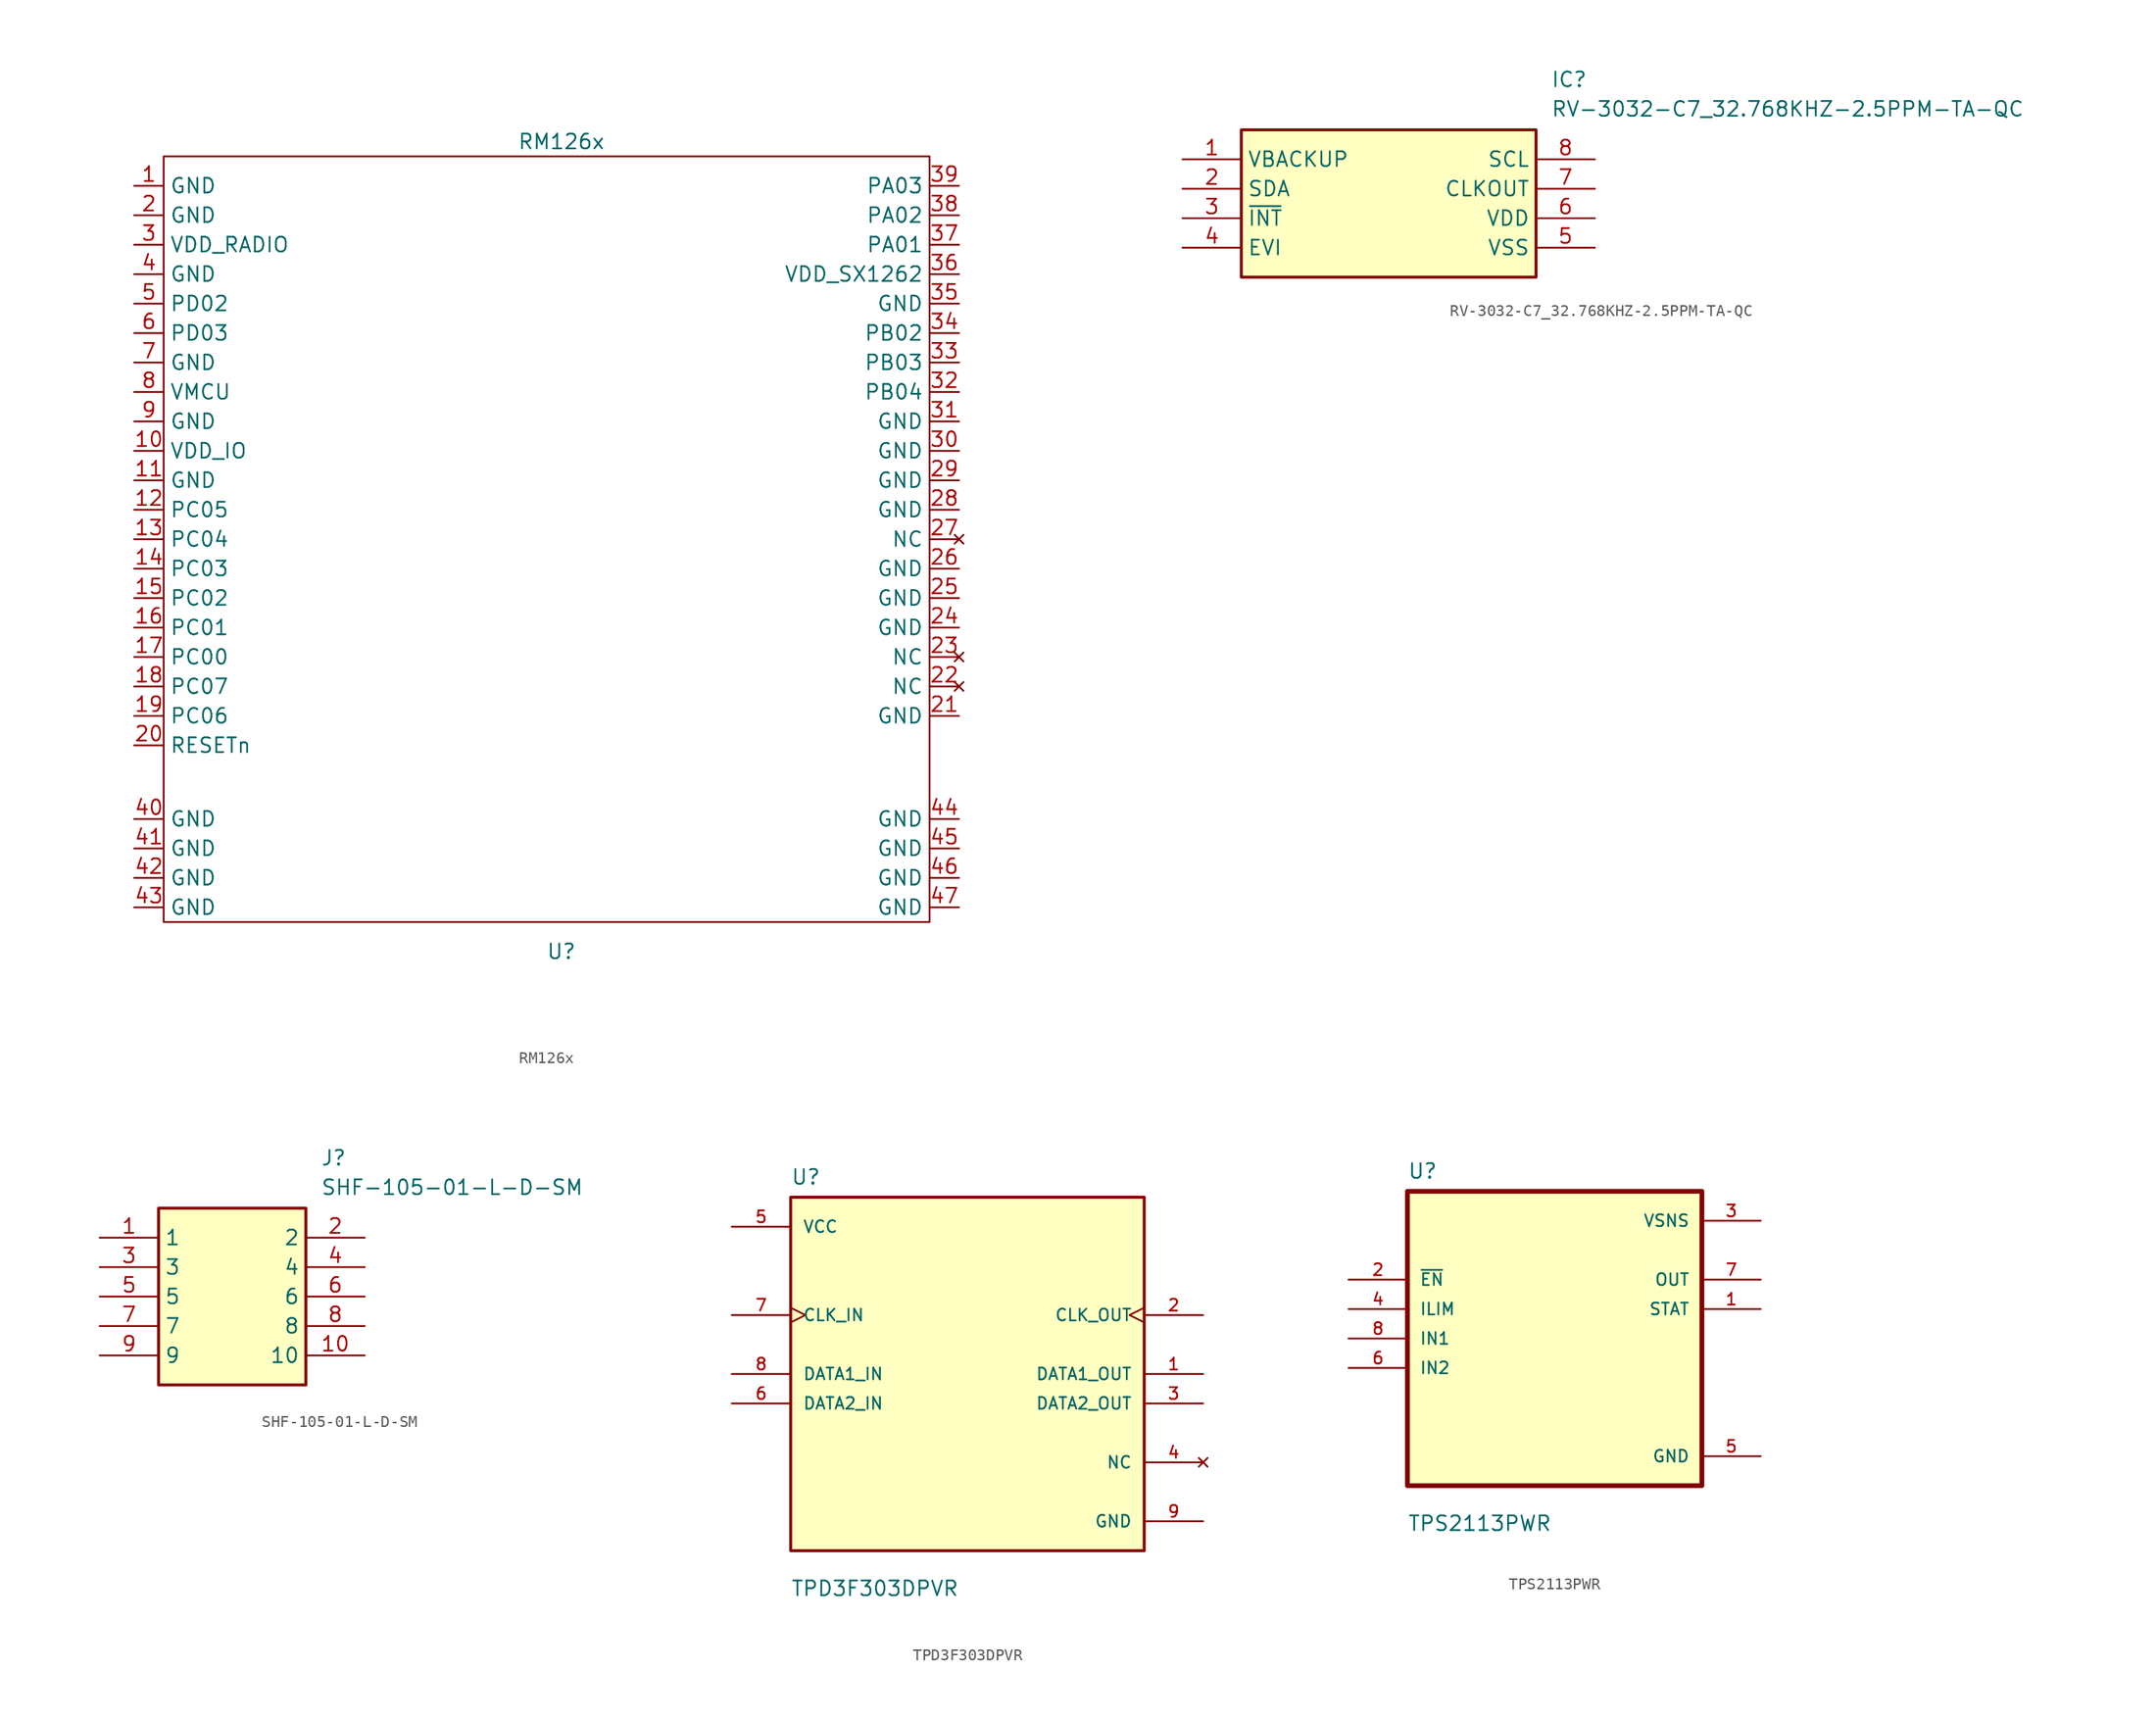
<source format=kicad_sym>
(kicad_symbol_lib
  (version 20220914)
  (generator kicad_symbol_editor)
  (symbol "RM126x"
    (property "Reference" "U"
      (at 0 -30.48 0)
      (effects (font (size 1.27 1.27))))
    (property "Value" "RM126x"
      (at 0 39.37 0)
      (effects (font (size 1.27 1.27))))
    (symbol "RM126x_0_1"
      (rectangle (start -34.29 38.1) (end 31.75 -27.94) (stroke (width 0) (type default)) (fill (type none))))
    (symbol "RM126x_1_0"
      (pin power_in line (at -36.83 10.16 0) (length 2.54) (name "GND" (effects (font (size 1.27 1.27)))) (number "11" (effects (font (size 1.27 1.27)))))
      (pin bidirectional line (at -36.83 7.62 0) (length 2.54) (name "PC05" (effects (font (size 1.27 1.27)))) (number "12" (effects (font (size 1.27 1.27)))))
      (pin bidirectional line (at -36.83 5.08 0) (length 2.54) (name "PC04" (effects (font (size 1.27 1.27)))) (number "13" (effects (font (size 1.27 1.27)))))
      (pin bidirectional line (at -36.83 2.54 0) (length 2.54) (name "PC03" (effects (font (size 1.27 1.27)))) (number "14" (effects (font (size 1.27 1.27)))))
      (pin bidirectional line (at -36.83 0 0) (length 2.54) (name "PC02" (effects (font (size 1.27 1.27)))) (number "15" (effects (font (size 1.27 1.27)))))
      (pin bidirectional line (at -36.83 -2.54 0) (length 2.54) (name "PC01" (effects (font (size 1.27 1.27)))) (number "16" (effects (font (size 1.27 1.27)))))
      (pin bidirectional line (at -36.83 -5.08 0) (length 2.54) (name "PC00" (effects (font (size 1.27 1.27)))) (number "17" (effects (font (size 1.27 1.27)))))
      (pin bidirectional line (at -36.83 -7.62 0) (length 2.54) (name "PC07" (effects (font (size 1.27 1.27)))) (number "18" (effects (font (size 1.27 1.27)))))
      (pin bidirectional line (at -36.83 -10.16 0) (length 2.54) (name "PC06" (effects (font (size 1.27 1.27)))) (number "19" (effects (font (size 1.27 1.27)))))
      (pin input line (at -36.83 -12.7 0) (length 2.54) (name "RESETn" (effects (font (size 1.27 1.27)))) (number "20" (effects (font (size 1.27 1.27)))))
      (pin power_in line (at 34.29 -10.16 180) (length 2.54) (name "GND" (effects (font (size 1.27 1.27)))) (number "21" (effects (font (size 1.27 1.27)))))
      (pin no_connect line (at 34.29 -7.62 180) (length 2.54) (name "NC" (effects (font (size 1.27 1.27)))) (number "22" (effects (font (size 1.27 1.27)))))
      (pin no_connect line (at 34.29 -5.08 180) (length 2.54) (name "NC" (effects (font (size 1.27 1.27)))) (number "23" (effects (font (size 1.27 1.27)))))
      (pin power_in line (at 34.29 -2.54 180) (length 2.54) (name "GND" (effects (font (size 1.27 1.27)))) (number "24" (effects (font (size 1.27 1.27)))))
      (pin power_in line (at 34.29 0 180) (length 2.54) (name "GND" (effects (font (size 1.27 1.27)))) (number "25" (effects (font (size 1.27 1.27)))))
      (pin power_in line (at 34.29 2.54 180) (length 2.54) (name "GND" (effects (font (size 1.27 1.27)))) (number "26" (effects (font (size 1.27 1.27)))))
      (pin no_connect line (at 34.29 5.08 180) (length 2.54) (name "NC" (effects (font (size 1.27 1.27)))) (number "27" (effects (font (size 1.27 1.27)))))
      (pin power_in line (at 34.29 7.62 180) (length 2.54) (name "GND" (effects (font (size 1.27 1.27)))) (number "28" (effects (font (size 1.27 1.27)))))
      (pin power_in line (at 34.29 10.16 180) (length 2.54) (name "GND" (effects (font (size 1.27 1.27)))) (number "29" (effects (font (size 1.27 1.27)))))
      (pin power_in line (at 34.29 12.7 180) (length 2.54) (name "GND" (effects (font (size 1.27 1.27)))) (number "30" (effects (font (size 1.27 1.27)))))
      (pin power_in line (at 34.29 15.24 180) (length 2.54) (name "GND" (effects (font (size 1.27 1.27)))) (number "31" (effects (font (size 1.27 1.27)))))
      (pin bidirectional line (at 34.29 17.78 180) (length 2.54) (name "PB04" (effects (font (size 1.27 1.27)))) (number "32" (effects (font (size 1.27 1.27)))))
      (pin bidirectional line (at 34.29 20.32 180) (length 2.54) (name "PB03" (effects (font (size 1.27 1.27)))) (number "33" (effects (font (size 1.27 1.27)))))
      (pin bidirectional line (at 34.29 22.86 180) (length 2.54) (name "PB02" (effects (font (size 1.27 1.27)))) (number "34" (effects (font (size 1.27 1.27)))))
      (pin power_in line (at 34.29 25.4 180) (length 2.54) (name "GND" (effects (font (size 1.27 1.27)))) (number "35" (effects (font (size 1.27 1.27)))))
      (pin bidirectional line (at 34.29 30.48 180) (length 2.54) (name "PA01" (effects (font (size 1.27 1.27)))) (number "37" (effects (font (size 1.27 1.27)))))
      (pin bidirectional line (at 34.29 33.02 180) (length 2.54) (name "PA02" (effects (font (size 1.27 1.27)))) (number "38" (effects (font (size 1.27 1.27)))))
      (pin bidirectional line (at 34.29 35.56 180) (length 2.54) (name "PA03" (effects (font (size 1.27 1.27)))) (number "39" (effects (font (size 1.27 1.27)))))
      (pin power_in line (at -36.83 27.94 0) (length 2.54) (name "GND" (effects (font (size 1.27 1.27)))) (number "4" (effects (font (size 1.27 1.27)))))
      (pin power_in line (at -36.83 -19.05 0) (length 2.54) (name "GND" (effects (font (size 1.27 1.27)))) (number "40" (effects (font (size 1.27 1.27)))))
      (pin power_in line (at -36.83 -21.59 0) (length 2.54) (name "GND" (effects (font (size 1.27 1.27)))) (number "41" (effects (font (size 1.27 1.27)))))
      (pin power_in line (at -36.83 -24.13 0) (length 2.54) (name "GND" (effects (font (size 1.27 1.27)))) (number "42" (effects (font (size 1.27 1.27)))))
      (pin power_in line (at -36.83 -26.67 0) (length 2.54) (name "GND" (effects (font (size 1.27 1.27)))) (number "43" (effects (font (size 1.27 1.27)))))
      (pin power_in line (at 34.29 -19.05 180) (length 2.54) (name "GND" (effects (font (size 1.27 1.27)))) (number "44" (effects (font (size 1.27 1.27)))))
      (pin power_in line (at 34.29 -21.59 180) (length 2.54) (name "GND" (effects (font (size 1.27 1.27)))) (number "45" (effects (font (size 1.27 1.27)))))
      (pin power_in line (at 34.29 -24.13 180) (length 2.54) (name "GND" (effects (font (size 1.27 1.27)))) (number "46" (effects (font (size 1.27 1.27)))))
      (pin power_in line (at 34.29 -26.67 180) (length 2.54) (name "GND" (effects (font (size 1.27 1.27)))) (number "47" (effects (font (size 1.27 1.27)))))
      (pin bidirectional line (at -36.83 25.4 0) (length 2.54) (name "PD02" (effects (font (size 1.27 1.27)))) (number "5" (effects (font (size 1.27 1.27)))))
      (pin bidirectional line (at -36.83 22.86 0) (length 2.54) (name "PD03" (effects (font (size 1.27 1.27)))) (number "6" (effects (font (size 1.27 1.27)))))
      (pin power_in line (at -36.83 20.32 0) (length 2.54) (name "GND" (effects (font (size 1.27 1.27)))) (number "7" (effects (font (size 1.27 1.27)))))
      (pin power_in line (at -36.83 15.24 0) (length 2.54) (name "GND" (effects (font (size 1.27 1.27)))) (number "9" (effects (font (size 1.27 1.27))))))
    (symbol "RM126x_1_1"
      (pin power_in line (at -36.83 35.56 0) (length 2.54) (name "GND" (effects (font (size 1.27 1.27)))) (number "1" (effects (font (size 1.27 1.27)))))
      (pin power_in line (at -36.83 12.7 0) (length 2.54) (name "VDD_IO" (effects (font (size 1.27 1.27)))) (number "10" (effects (font (size 1.27 1.27)))))
      (pin power_in line (at -36.83 33.02 0) (length 2.54) (name "GND" (effects (font (size 1.27 1.27)))) (number "2" (effects (font (size 1.27 1.27)))))
      (pin power_in line (at -36.83 30.48 0) (length 2.54) (name "VDD_RADIO" (effects (font (size 1.27 1.27)))) (number "3" (effects (font (size 1.27 1.27)))))
      (pin power_in line (at 34.29 27.94 180) (length 2.54) (name "VDD_SX1262" (effects (font (size 1.27 1.27)))) (number "36" (effects (font (size 1.27 1.27)))))
      (pin power_in line (at -36.83 17.78 0) (length 2.54) (name "VMCU" (effects (font (size 1.27 1.27)))) (number "8" (effects (font (size 1.27 1.27)))))))
  (symbol "RV-3032-C7_32.768KHZ-2.5PPM-TA-QC"
    (property "Reference" "IC"
      (at 13.97 11.43 0)
      (effects (font (size 1.27 1.27)) (justify left top)))
    (property "Value" "RV-3032-C7_32.768KHZ-2.5PPM-TA-QC"
      (at 13.97 8.89 0)
      (effects (font (size 1.27 1.27)) (justify left top)))
    (symbol "RV-3032-C7_32.768KHZ-2.5PPM-TA-QC_1_1"
      (rectangle (start -12.7 6.35) (end 12.7 -6.35) (stroke (width 0.254) (type default)) (fill (type background)))
      (pin passive line (at -17.78 3.81 0) (length 5.08) (name "VBACKUP" (effects (font (size 1.27 1.27)))) (number "1" (effects (font (size 1.27 1.27)))))
      (pin passive line (at -17.78 1.27 0) (length 5.08) (name "SDA" (effects (font (size 1.27 1.27)))) (number "2" (effects (font (size 1.27 1.27)))))
      (pin passive line (at -17.78 -1.27 0) (length 5.08) (name "~{INT}" (effects (font (size 1.27 1.27)))) (number "3" (effects (font (size 1.27 1.27)))))
      (pin passive line (at -17.78 -3.81 0) (length 5.08) (name "EVI" (effects (font (size 1.27 1.27)))) (number "4" (effects (font (size 1.27 1.27)))))
      (pin passive line (at 17.78 -3.81 180) (length 5.08) (name "VSS" (effects (font (size 1.27 1.27)))) (number "5" (effects (font (size 1.27 1.27)))))
      (pin passive line (at 17.78 -1.27 180) (length 5.08) (name "VDD" (effects (font (size 1.27 1.27)))) (number "6" (effects (font (size 1.27 1.27)))))
      (pin passive line (at 17.78 1.27 180) (length 5.08) (name "CLKOUT" (effects (font (size 1.27 1.27)))) (number "7" (effects (font (size 1.27 1.27)))))
      (pin passive line (at 17.78 3.81 180) (length 5.08) (name "SCL" (effects (font (size 1.27 1.27)))) (number "8" (effects (font (size 1.27 1.27)))))))
  (symbol "SHF-105-01-L-D-SM"
    (property "Reference" "J"
      (at 19.05 7.62 0)
      (effects (font (size 1.27 1.27)) (justify left top)))
    (property "Value" "SHF-105-01-L-D-SM"
      (at 19.05 5.08 0)
      (effects (font (size 1.27 1.27)) (justify left top)))
    (symbol "SHF-105-01-L-D-SM_1_1"
      (rectangle (start 5.08 2.54) (end 17.78 -12.7) (stroke (width 0.254) (type default)) (fill (type background)))
      (pin passive line (at 0 0 0) (length 5.08) (name "1" (effects (font (size 1.27 1.27)))) (number "1" (effects (font (size 1.27 1.27)))))
      (pin passive line (at 22.86 -10.16 180) (length 5.08) (name "10" (effects (font (size 1.27 1.27)))) (number "10" (effects (font (size 1.27 1.27)))))
      (pin passive line (at 22.86 0 180) (length 5.08) (name "2" (effects (font (size 1.27 1.27)))) (number "2" (effects (font (size 1.27 1.27)))))
      (pin passive line (at 0 -2.54 0) (length 5.08) (name "3" (effects (font (size 1.27 1.27)))) (number "3" (effects (font (size 1.27 1.27)))))
      (pin passive line (at 22.86 -2.54 180) (length 5.08) (name "4" (effects (font (size 1.27 1.27)))) (number "4" (effects (font (size 1.27 1.27)))))
      (pin passive line (at 0 -5.08 0) (length 5.08) (name "5" (effects (font (size 1.27 1.27)))) (number "5" (effects (font (size 1.27 1.27)))))
      (pin passive line (at 22.86 -5.08 180) (length 5.08) (name "6" (effects (font (size 1.27 1.27)))) (number "6" (effects (font (size 1.27 1.27)))))
      (pin passive line (at 0 -7.62 0) (length 5.08) (name "7" (effects (font (size 1.27 1.27)))) (number "7" (effects (font (size 1.27 1.27)))))
      (pin passive line (at 22.86 -7.62 180) (length 5.08) (name "8" (effects (font (size 1.27 1.27)))) (number "8" (effects (font (size 1.27 1.27)))))
      (pin passive line (at 0 -10.16 0) (length 5.08) (name "9" (effects (font (size 1.27 1.27)))) (number "9" (effects (font (size 1.27 1.27)))))))
  (symbol "TPD3F303DPVR"
    (pin_names
      (offset 1.016))
    (property "Reference" "U"
      (at -15.24 16.24 0)
      (effects (font (size 1.27 1.27)) (justify left bottom)))
    (property "Value" "TPD3F303DPVR"
      (at -15.24 -19.24 0)
      (effects (font (size 1.27 1.27)) (justify left bottom)))
    (symbol "TPD3F303DPVR_0_0"
      (rectangle (start -15.24 -15.24) (end 15.24 15.24) (stroke (width 0.254) (type default)) (fill (type background)))
      (pin output line (at 20.32 0 180) (length 5.08) (name "DATA1_OUT" (effects (font (size 1.016 1.016)))) (number "1" (effects (font (size 1.016 1.016)))))
      (pin output clock (at 20.32 5.08 180) (length 5.08) (name "CLK_OUT" (effects (font (size 1.016 1.016)))) (number "2" (effects (font (size 1.016 1.016)))))
      (pin output line (at 20.32 -2.54 180) (length 5.08) (name "DATA2_OUT" (effects (font (size 1.016 1.016)))) (number "3" (effects (font (size 1.016 1.016)))))
      (pin no_connect line (at 20.32 -7.62 180) (length 5.08) (name "NC" (effects (font (size 1.016 1.016)))) (number "4" (effects (font (size 1.016 1.016)))))
      (pin power_in line (at -20.32 12.7 0) (length 5.08) (name "VCC" (effects (font (size 1.016 1.016)))) (number "5" (effects (font (size 1.016 1.016)))))
      (pin input line (at -20.32 -2.54 0) (length 5.08) (name "DATA2_IN" (effects (font (size 1.016 1.016)))) (number "6" (effects (font (size 1.016 1.016)))))
      (pin input clock (at -20.32 5.08 0) (length 5.08) (name "CLK_IN" (effects (font (size 1.016 1.016)))) (number "7" (effects (font (size 1.016 1.016)))))
      (pin input line (at -20.32 0 0) (length 5.08) (name "DATA1_IN" (effects (font (size 1.016 1.016)))) (number "8" (effects (font (size 1.016 1.016)))))
      (pin power_in line (at 20.32 -12.7 180) (length 5.08) (name "GND" (effects (font (size 1.016 1.016)))) (number "9" (effects (font (size 1.016 1.016)))))))
  (symbol "TPS2113PWR"
    (pin_names
      (offset 1.016))
    (property "Reference" "U"
      (at -12.7 13.7 0)
      (effects (font (size 1.27 1.27)) (justify left bottom)))
    (property "Value" "TPS2113PWR"
      (at -12.7 -16.7 0)
      (effects (font (size 1.27 1.27)) (justify left bottom)))
    (symbol "TPS2113PWR_0_0"
      (rectangle (start -12.7 -12.7) (end 12.7 12.7) (stroke (width 0.41) (type default)) (fill (type background)))
      (pin output line (at 17.78 2.54 180) (length 5.08) (name "STAT" (effects (font (size 1.016 1.016)))) (number "1" (effects (font (size 1.016 1.016)))))
      (pin input line (at -17.78 5.08 0) (length 5.08) (name "~{EN}" (effects (font (size 1.016 1.016)))) (number "2" (effects (font (size 1.016 1.016)))))
      (pin power_in line (at 17.78 10.16 180) (length 5.08) (name "VSNS" (effects (font (size 1.016 1.016)))) (number "3" (effects (font (size 1.016 1.016)))))
      (pin input line (at -17.78 2.54 0) (length 5.08) (name "ILIM" (effects (font (size 1.016 1.016)))) (number "4" (effects (font (size 1.016 1.016)))))
      (pin power_in line (at 17.78 -10.16 180) (length 5.08) (name "GND" (effects (font (size 1.016 1.016)))) (number "5" (effects (font (size 1.016 1.016)))))
      (pin input line (at -17.78 -2.54 0) (length 5.08) (name "IN2" (effects (font (size 1.016 1.016)))) (number "6" (effects (font (size 1.016 1.016)))))
      (pin output line (at 17.78 5.08 180) (length 5.08) (name "OUT" (effects (font (size 1.016 1.016)))) (number "7" (effects (font (size 1.016 1.016)))))
      (pin input line (at -17.78 0 0) (length 5.08) (name "IN1" (effects (font (size 1.016 1.016)))) (number "8" (effects (font (size 1.016 1.016))))))))
</source>
